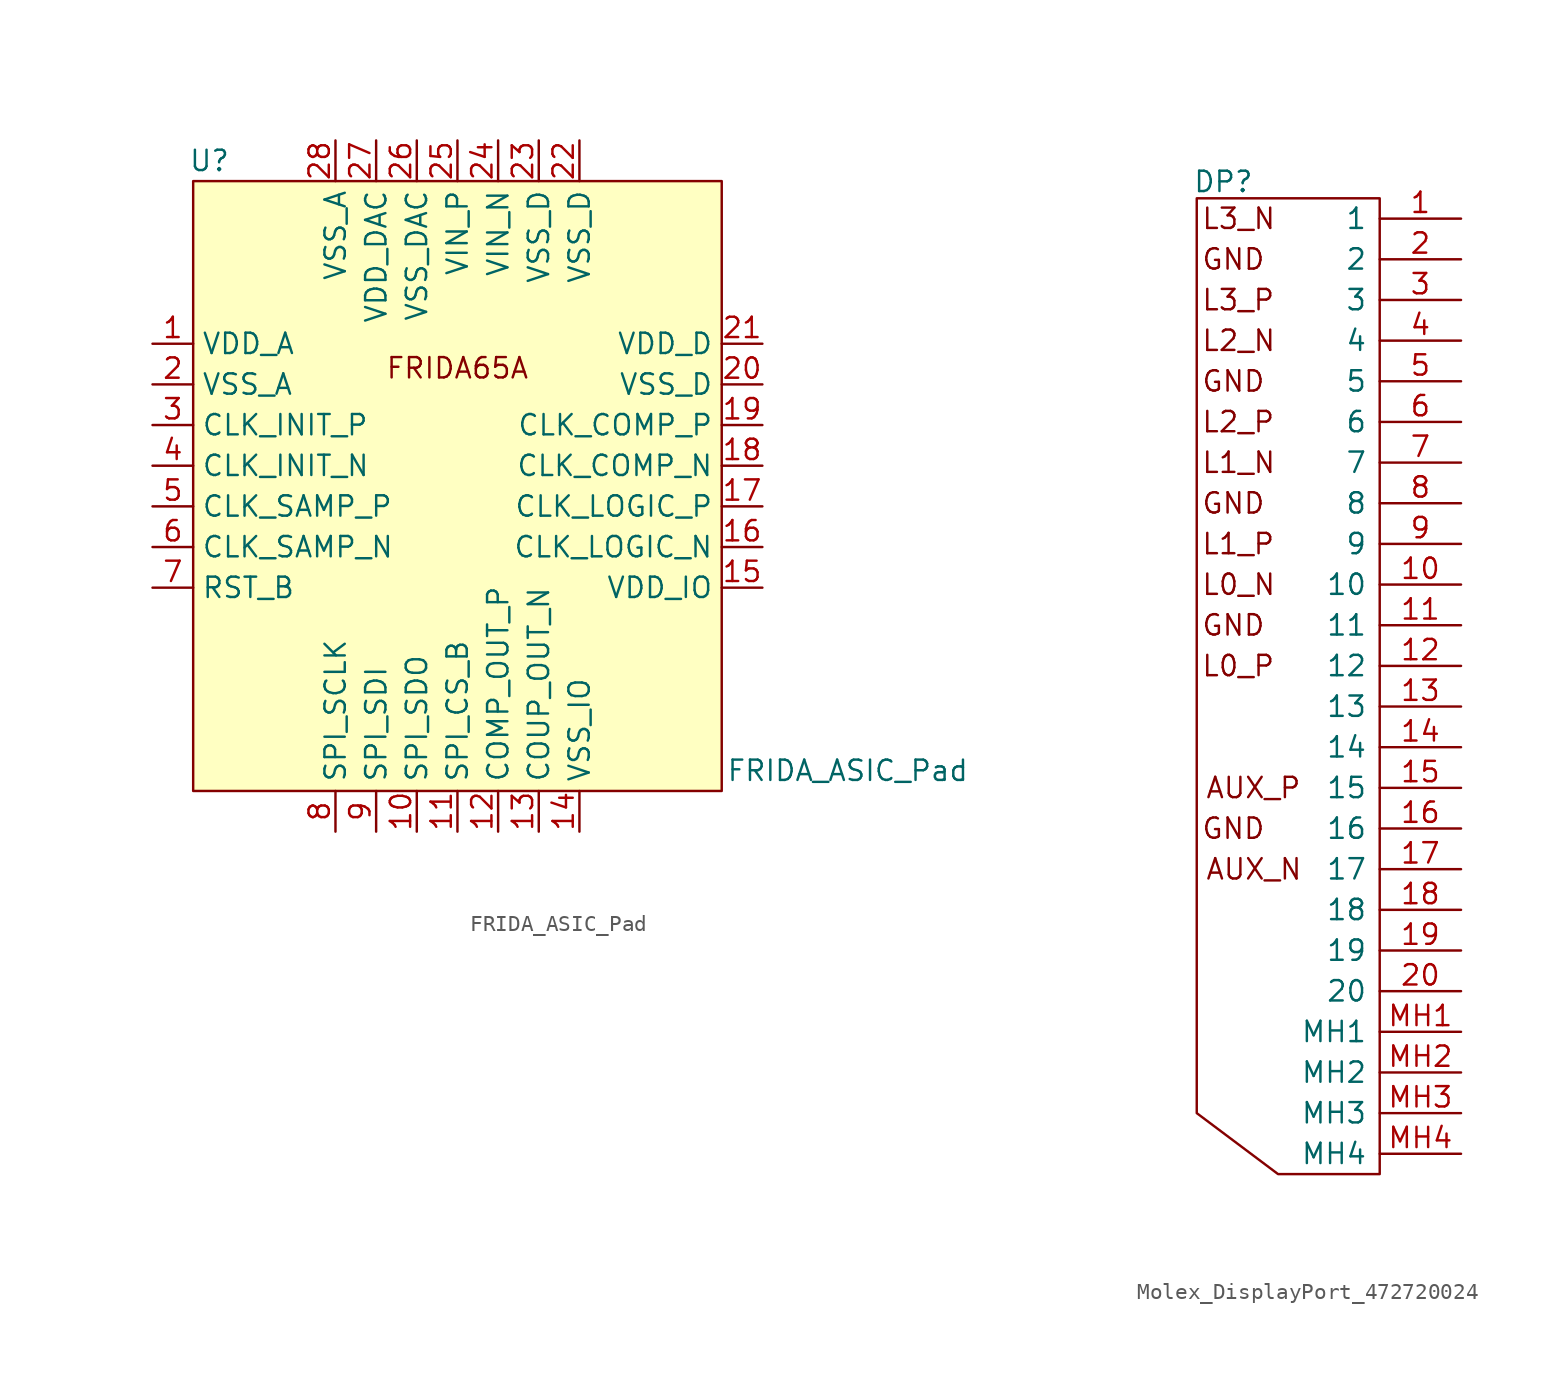
<source format=kicad_sym>
(kicad_symbol_lib
  (version 20241209)
  (generator "kicad_symbol_editor")
  (generator_version "9.0")
  (symbol "FRIDA_ASIC_Pad"
    (property "Reference" "U"
      (at 1.016 39.37 0)
      (effects (font (size 1.27 1.27))))
    (property "Value" "FRIDA_ASIC_Pad"
      (at 40.894 1.27 0)
      (effects (font (size 1.27 1.27))))
    (symbol "FRIDA_ASIC_Pad_1_1"
      (rectangle (start 0 38.1) (end 33.02 0) (stroke (width 0) (type solid)) (fill (type background)))
      (text "FRIDA65A" (at 16.51 26.416 0) (effects (font (size 1.27 1.27))))
      (pin power_in line (at -2.54 27.94 0) (length 2.54) (name "VDD_A" (effects (font (size 1.27 1.27)))) (number "1" (effects (font (size 1.27 1.27)))))
      (pin power_in line (at -2.54 25.4 0) (length 2.54) (name "VSS_A" (effects (font (size 1.27 1.27)))) (number "2" (effects (font (size 1.27 1.27)))))
      (pin input line (at -2.54 22.86 0) (length 2.54) (name "CLK_INIT_P" (effects (font (size 1.27 1.27)))) (number "3" (effects (font (size 1.27 1.27)))))
      (pin input line (at -2.54 20.32 0) (length 2.54) (name "CLK_INIT_N" (effects (font (size 1.27 1.27)))) (number "4" (effects (font (size 1.27 1.27)))))
      (pin input line (at -2.54 17.78 0) (length 2.54) (name "CLK_SAMP_P" (effects (font (size 1.27 1.27)))) (number "5" (effects (font (size 1.27 1.27)))))
      (pin input line (at -2.54 15.24 0) (length 2.54) (name "CLK_SAMP_N" (effects (font (size 1.27 1.27)))) (number "6" (effects (font (size 1.27 1.27)))))
      (pin input line (at -2.54 12.7 0) (length 2.54) (name "RST_B" (effects (font (size 1.27 1.27)))) (number "7" (effects (font (size 1.27 1.27)))))
      (pin power_in line (at 8.89 40.64 270) (length 2.54) (name "VSS_A" (effects (font (size 1.27 1.27)))) (number "28" (effects (font (size 1.27 1.27)))))
      (pin input line (at 8.89 -2.54 90) (length 2.54) (name "SPI_SCLK" (effects (font (size 1.27 1.27)))) (number "8" (effects (font (size 1.27 1.27)))))
      (pin power_in line (at 11.43 40.64 270) (length 2.54) (name "VDD_DAC" (effects (font (size 1.27 1.27)))) (number "27" (effects (font (size 1.27 1.27)))))
      (pin input line (at 11.43 -2.54 90) (length 2.54) (name "SPI_SDI" (effects (font (size 1.27 1.27)))) (number "9" (effects (font (size 1.27 1.27)))))
      (pin power_in line (at 13.97 40.64 270) (length 2.54) (name "VSS_DAC" (effects (font (size 1.27 1.27)))) (number "26" (effects (font (size 1.27 1.27)))))
      (pin output line (at 13.97 -2.54 90) (length 2.54) (name "SPI_SDO" (effects (font (size 1.27 1.27)))) (number "10" (effects (font (size 1.27 1.27)))))
      (pin input line (at 16.51 40.64 270) (length 2.54) (name "VIN_P" (effects (font (size 1.27 1.27)))) (number "25" (effects (font (size 1.27 1.27)))))
      (pin input line (at 16.51 -2.54 90) (length 2.54) (name "SPI_CS_B" (effects (font (size 1.27 1.27)))) (number "11" (effects (font (size 1.27 1.27)))))
      (pin input line (at 19.05 40.64 270) (length 2.54) (name "VIN_N" (effects (font (size 1.27 1.27)))) (number "24" (effects (font (size 1.27 1.27)))))
      (pin output line (at 19.05 -2.54 90) (length 2.54) (name "COMP_OUT_P" (effects (font (size 1.27 1.27)))) (number "12" (effects (font (size 1.27 1.27)))))
      (pin power_in line (at 21.59 40.64 270) (length 2.54) (name "VSS_D" (effects (font (size 1.27 1.27)))) (number "23" (effects (font (size 1.27 1.27)))))
      (pin output line (at 21.59 -2.54 90) (length 2.54) (name "COUP_OUT_N" (effects (font (size 1.27 1.27)))) (number "13" (effects (font (size 1.27 1.27)))))
      (pin power_in line (at 24.13 40.64 270) (length 2.54) (name "VSS_D" (effects (font (size 1.27 1.27)))) (number "22" (effects (font (size 1.27 1.27)))))
      (pin power_in line (at 24.13 -2.54 90) (length 2.54) (name "VSS_IO" (effects (font (size 1.27 1.27)))) (number "14" (effects (font (size 1.27 1.27)))))
      (pin power_in line (at 35.56 27.94 180) (length 2.54) (name "VDD_D" (effects (font (size 1.27 1.27)))) (number "21" (effects (font (size 1.27 1.27)))))
      (pin power_in line (at 35.56 25.4 180) (length 2.54) (name "VSS_D" (effects (font (size 1.27 1.27)))) (number "20" (effects (font (size 1.27 1.27)))))
      (pin input line (at 35.56 22.86 180) (length 2.54) (name "CLK_COMP_P" (effects (font (size 1.27 1.27)))) (number "19" (effects (font (size 1.27 1.27)))))
      (pin input line (at 35.56 20.32 180) (length 2.54) (name "CLK_COMP_N" (effects (font (size 1.27 1.27)))) (number "18" (effects (font (size 1.27 1.27)))))
      (pin input line (at 35.56 17.78 180) (length 2.54) (name "CLK_LOGIC_P" (effects (font (size 1.27 1.27)))) (number "17" (effects (font (size 1.27 1.27)))))
      (pin input line (at 35.56 15.24 180) (length 2.54) (name "CLK_LOGIC_N" (effects (font (size 1.27 1.27)))) (number "16" (effects (font (size 1.27 1.27)))))
      (pin power_in line (at 35.56 12.7 180) (length 2.54) (name "VDD_IO" (effects (font (size 1.27 1.27)))) (number "15" (effects (font (size 1.27 1.27)))))))
  (symbol "Molex_DisplayPort_472720024"
    (pin_names
      (offset 0.762))
    (property "Reference" "DP"
      (at -0.254 32.258 0)
      (do_not_autoplace)
      (effects (font (size 1.27 1.27)) (justify left top)))
    (symbol "Molex_DisplayPort_472720024_0_0"
      (pin passive line (at 16.51 29.21 180) (length 5.08) (name "1" (effects (font (size 1.27 1.27)))) (number "1" (effects (font (size 1.27 1.27)))))
      (pin passive line (at 16.51 24.13 180) (length 5.08) (name "3" (effects (font (size 1.27 1.27)))) (number "3" (effects (font (size 1.27 1.27)))))
      (pin passive line (at 16.51 21.59 180) (length 5.08) (name "4" (effects (font (size 1.27 1.27)))) (number "4" (effects (font (size 1.27 1.27)))))
      (pin passive line (at 16.51 16.51 180) (length 5.08) (name "6" (effects (font (size 1.27 1.27)))) (number "6" (effects (font (size 1.27 1.27)))))
      (pin passive line (at 16.51 8.89 180) (length 5.08) (name "9" (effects (font (size 1.27 1.27)))) (number "9" (effects (font (size 1.27 1.27)))))
      (pin passive line (at 16.51 6.35 180) (length 5.08) (name "10" (effects (font (size 1.27 1.27)))) (number "10" (effects (font (size 1.27 1.27)))))
      (pin passive line (at 16.51 1.27 180) (length 5.08) (name "12" (effects (font (size 1.27 1.27)))) (number "12" (effects (font (size 1.27 1.27)))))
      (pin passive line (at 16.51 -1.27 180) (length 5.08) (name "13" (effects (font (size 1.27 1.27)))) (number "13" (effects (font (size 1.27 1.27)))))
      (pin passive line (at 16.51 -3.81 180) (length 5.08) (name "14" (effects (font (size 1.27 1.27)))) (number "14" (effects (font (size 1.27 1.27)))))
      (pin passive line (at 16.51 -6.35 180) (length 5.08) (name "15" (effects (font (size 1.27 1.27)))) (number "15" (effects (font (size 1.27 1.27)))))
      (pin passive line (at 16.51 -11.43 180) (length 5.08) (name "17" (effects (font (size 1.27 1.27)))) (number "17" (effects (font (size 1.27 1.27)))))
      (pin passive line (at 16.51 -13.97 180) (length 5.08) (name "18" (effects (font (size 1.27 1.27)))) (number "18" (effects (font (size 1.27 1.27)))))
      (pin passive line (at 16.51 -16.51 180) (length 5.08) (name "19" (effects (font (size 1.27 1.27)))) (number "19" (effects (font (size 1.27 1.27)))))
      (pin passive line (at 16.51 -19.05 180) (length 5.08) (name "20" (effects (font (size 1.27 1.27)))) (number "20" (effects (font (size 1.27 1.27)))))
      (pin passive line (at 16.51 -21.59 180) (length 5.08) (name "MH1" (effects (font (size 1.27 1.27)))) (number "MH1" (effects (font (size 1.27 1.27)))))
      (pin passive line (at 16.51 -24.13 180) (length 5.08) (name "MH2" (effects (font (size 1.27 1.27)))) (number "MH2" (effects (font (size 1.27 1.27)))))
      (pin passive line (at 16.51 -26.67 180) (length 5.08) (name "MH3" (effects (font (size 1.27 1.27)))) (number "MH3" (effects (font (size 1.27 1.27)))))
      (pin passive line (at 16.51 -29.21 180) (length 5.08) (name "MH4" (effects (font (size 1.27 1.27)))) (number "MH4" (effects (font (size 1.27 1.27))))))
    (symbol "Molex_DisplayPort_472720024_0_1"
      (polyline (pts (xy 0 30.48) (xy 11.43 30.48) (xy 11.43 -2.54) (xy 11.43 -30.48) (xy 5.08 -30.48) (xy 0 -26.67) (xy 0 30.48)) (stroke (width 0.152) (type default)) (fill (type none))))
    (symbol "Molex_DisplayPort_472720024_1_0"
      (pin passive line (at 16.51 26.67 180) (length 5.08) (name "2" (effects (font (size 1.27 1.27)))) (number "2" (effects (font (size 1.27 1.27)))))
      (pin passive line (at 16.51 19.05 180) (length 5.08) (name "5" (effects (font (size 1.27 1.27)))) (number "5" (effects (font (size 1.27 1.27)))))
      (pin passive line (at 16.51 13.97 180) (length 5.08) (name "7" (effects (font (size 1.27 1.27)))) (number "7" (effects (font (size 1.27 1.27)))))
      (pin passive line (at 16.51 11.43 180) (length 5.08) (name "8" (effects (font (size 1.27 1.27)))) (number "8" (effects (font (size 1.27 1.27)))))
      (pin passive line (at 16.51 3.81 180) (length 5.08) (name "11" (effects (font (size 1.27 1.27)))) (number "11" (effects (font (size 1.27 1.27)))))
      (pin passive line (at 16.51 -8.89 180) (length 5.08) (name "16" (effects (font (size 1.27 1.27)))) (number "16" (effects (font (size 1.27 1.27))))))
    (symbol "Molex_DisplayPort_472720024_1_1"
      (text private "Pin naming as sink side" (at -2.032 0.254 900) (effects (font (size 1.27 1.27))))
      (text "L3_N" (at 0.254 29.21 0) (effects (font (size 1.27 1.27)) (justify left)))
      (text "GND" (at 0.254 26.67 0) (effects (font (size 1.27 1.27)) (justify left)))
      (text "L3_P" (at 0.254 24.13 0) (effects (font (size 1.27 1.27)) (justify left)))
      (text "L2_N" (at 0.254 21.59 0) (effects (font (size 1.27 1.27)) (justify left)))
      (text "GND" (at 0.254 19.05 0) (effects (font (size 1.27 1.27)) (justify left)))
      (text "L2_P" (at 0.254 16.51 0) (effects (font (size 1.27 1.27)) (justify left)))
      (text "L1_N" (at 0.254 13.97 0) (effects (font (size 1.27 1.27)) (justify left)))
      (text "GND" (at 0.254 11.43 0) (effects (font (size 1.27 1.27)) (justify left)))
      (text "L1_P" (at 0.254 8.89 0) (effects (font (size 1.27 1.27)) (justify left)))
      (text "L0_N" (at 0.254 6.35 0) (effects (font (size 1.27 1.27)) (justify left)))
      (text "GND" (at 0.254 3.81 0) (effects (font (size 1.27 1.27)) (justify left)))
      (text "L0_P" (at 0.254 1.27 0) (effects (font (size 1.27 1.27)) (justify left)))
      (text "GND" (at 0.254 -8.89 0) (effects (font (size 1.27 1.27)) (justify left)))
      (text "AUX_P" (at 0.508 -6.35 0) (effects (font (size 1.27 1.27)) (justify left)))
      (text "AUX_N" (at 0.508 -11.43 0) (effects (font (size 1.27 1.27)) (justify left))))))
</source>
